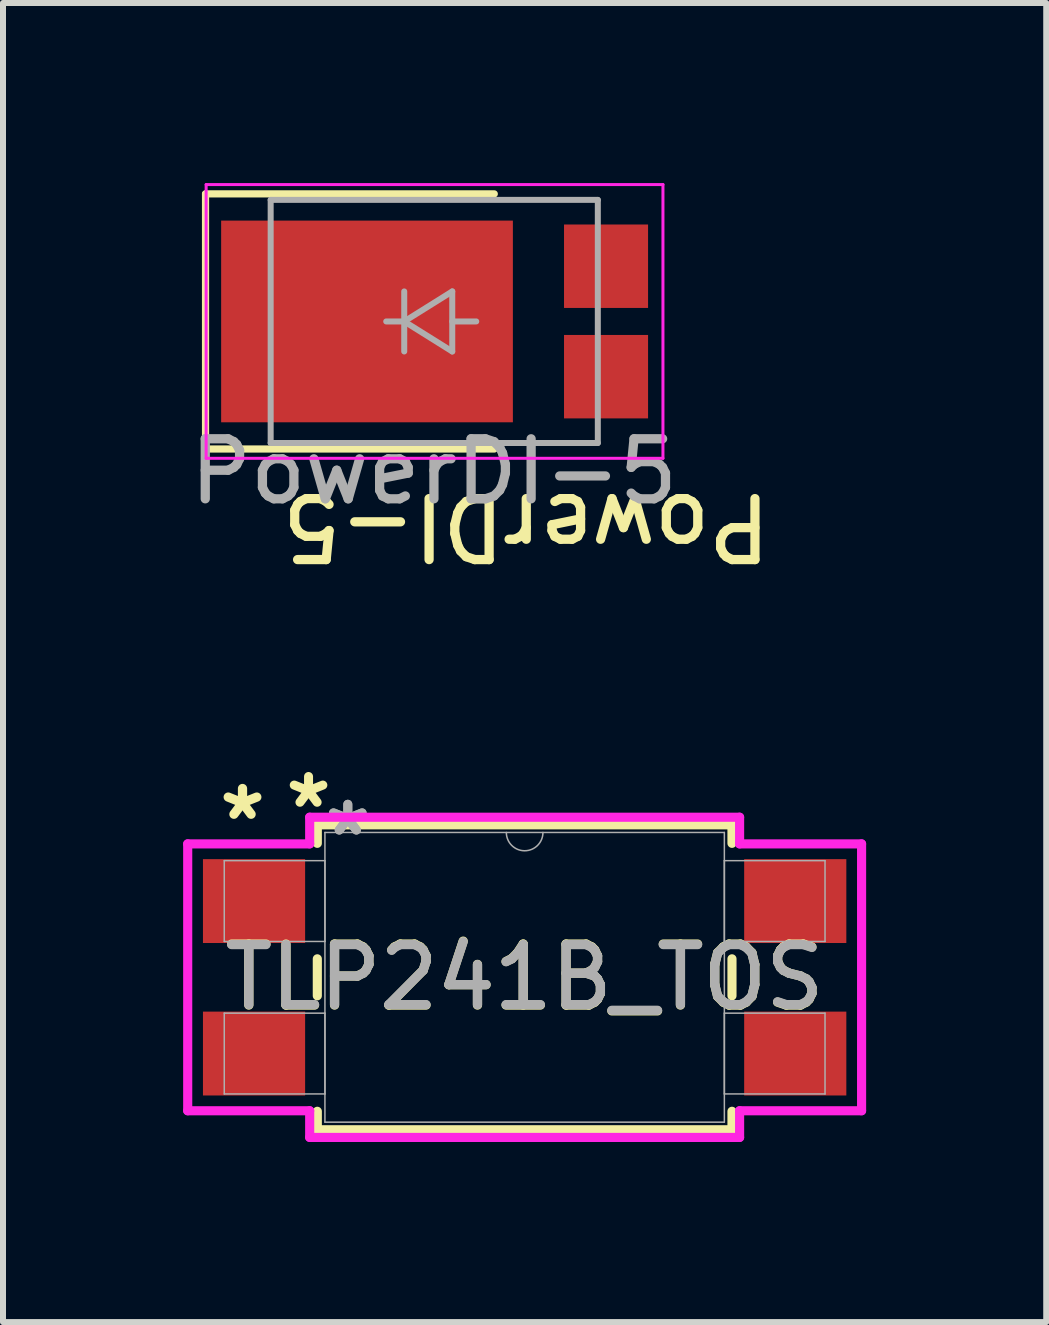
<source format=kicad_pcb>
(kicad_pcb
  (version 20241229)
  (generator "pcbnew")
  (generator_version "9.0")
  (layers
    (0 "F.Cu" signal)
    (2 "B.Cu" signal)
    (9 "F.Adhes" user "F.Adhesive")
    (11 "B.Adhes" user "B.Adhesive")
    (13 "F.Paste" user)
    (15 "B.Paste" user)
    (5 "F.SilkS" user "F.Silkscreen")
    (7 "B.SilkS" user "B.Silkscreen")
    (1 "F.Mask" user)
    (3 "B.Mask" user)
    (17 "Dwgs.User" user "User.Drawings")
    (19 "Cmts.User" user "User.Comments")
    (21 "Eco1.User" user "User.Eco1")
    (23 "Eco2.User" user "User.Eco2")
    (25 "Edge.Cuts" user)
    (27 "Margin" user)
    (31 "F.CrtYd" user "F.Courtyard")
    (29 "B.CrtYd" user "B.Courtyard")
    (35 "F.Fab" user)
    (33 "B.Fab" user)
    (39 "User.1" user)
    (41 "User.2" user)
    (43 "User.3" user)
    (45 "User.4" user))
  (footprint "PowerDI-5"
    (layer "F.Cu")
    (at 4.179 2.305)
    (property "Reference" "PowerDI-5" (at 1.538 3.413 180) (unlocked yes) (layer "F.SilkS") (effects (font (size 1.016 1) (thickness 0.154))))
    (attr smd)
    (fp_line (start -3.805 2.125) (end -3.805 -2.125) (stroke (width 0.12) (type solid)) (layer "F.SilkS"))
    (fp_line (start -3.805 2.125) (end 1.005 2.125) (stroke (width 0.12) (type solid)) (layer "F.SilkS"))
    (fp_line (start 1.005 -2.125) (end -3.805 -2.125) (stroke (width 0.12) (type solid)) (layer "F.SilkS"))
    (fp_line (start -3.795 -2.28) (end 3.815 -2.28) (stroke (width 0.05) (type solid)) (layer "F.CrtYd"))
    (fp_line (start -3.795 2.28) (end -3.795 -2.28) (stroke (width 0.05) (type solid)) (layer "F.CrtYd"))
    (fp_line (start 3.815 -2.28) (end 3.815 2.28) (stroke (width 0.05) (type solid)) (layer "F.CrtYd"))
    (fp_line (start 3.815 2.28) (end -3.795 2.28) (stroke (width 0.05) (type solid)) (layer "F.CrtYd"))
    (fp_line (start -2.72 -2.025) (end 2.73 -2.025) (stroke (width 0.1) (type solid)) (layer "F.Fab"))
    (fp_line (start -2.72 2.025) (end -2.72 -2.025) (stroke (width 0.1) (type solid)) (layer "F.Fab"))
    (fp_line (start -0.795 0) (end -0.495 0) (stroke (width 0.1) (type solid)) (layer "F.Fab"))
    (fp_line (start -0.495 0) (end -0.495 -0.5) (stroke (width 0.1) (type solid)) (layer "F.Fab"))
    (fp_line (start -0.495 0) (end -0.495 0.5) (stroke (width 0.1) (type solid)) (layer "F.Fab"))
    (fp_line (start -0.495 0) (end 0.305 0.5) (stroke (width 0.1) (type solid)) (layer "F.Fab"))
    (fp_line (start 0.305 -0.5) (end -0.495 0) (stroke (width 0.1) (type solid)) (layer "F.Fab"))
    (fp_line (start 0.305 0) (end 0.705 0) (stroke (width 0.1) (type solid)) (layer "F.Fab"))
    (fp_line (start 0.305 0.5) (end 0.305 -0.5) (stroke (width 0.1) (type solid)) (layer "F.Fab"))
    (fp_line (start 2.73 -2.025) (end 2.73 2.025) (stroke (width 0.1) (type solid)) (layer "F.Fab"))
    (fp_line (start 2.73 2.025) (end -2.72 2.025) (stroke (width 0.1) (type solid)) (layer "F.Fab"))
    (fp_text user "${REFERENCE}" (at 0 2.5 0) (unlocked yes) (layer "F.Fab") (effects (font (size 1 1) (thickness 0.154))))
    (pad "1" smd rect (at 2.867 0.92 180) (size 1.4 1.39) (layers "F.Cu" "F.Mask" "F.Paste"))
    (pad "2" smd rect (at 2.867 -0.92 180) (size 1.4 1.39) (layers "F.Cu" "F.Mask" "F.Paste"))
    (pad "3" smd rect (at -1.115 0 180) (size 4.86 3.36) (layers "F.Cu" "F.Mask" "F.Paste")))
  (footprint "TLP241B_TOS"
    (layer "F.Cu")
    (at 5.69 13.231)
    (property "Reference" "TLP241B_TOS" (at 0 0 0) (unlocked yes) (layer "F.SilkS") (effects (font (size 1.016 1) (thickness 0.154))))
    (attr smd)
    (fp_line (start -3.454 -2.54) (end -3.454 -2.232) (stroke (width 0.152) (type solid)) (layer "F.SilkS"))
    (fp_line (start -3.454 -0.308) (end -3.454 0.308) (stroke (width 0.152) (type solid)) (layer "F.SilkS"))
    (fp_line (start -3.454 2.232) (end -3.454 2.54) (stroke (width 0.152) (type solid)) (layer "F.SilkS"))
    (fp_line (start -3.454 2.54) (end 3.454 2.54) (stroke (width 0.152) (type solid)) (layer "F.SilkS"))
    (fp_line (start 3.454 -2.54) (end -3.454 -2.54) (stroke (width 0.152) (type solid)) (layer "F.SilkS"))
    (fp_line (start 3.454 -2.232) (end 3.454 -2.54) (stroke (width 0.152) (type solid)) (layer "F.SilkS"))
    (fp_line (start 3.454 0.308) (end 3.454 -0.308) (stroke (width 0.152) (type solid)) (layer "F.SilkS"))
    (fp_line (start 3.454 2.54) (end 3.454 2.232) (stroke (width 0.152) (type solid)) (layer "F.SilkS"))
    (fp_line (start -5.613 -2.223) (end -3.581 -2.223) (stroke (width 0.152) (type solid)) (layer "F.CrtYd"))
    (fp_line (start -5.613 2.223) (end -5.613 -2.223) (stroke (width 0.152) (type solid)) (layer "F.CrtYd"))
    (fp_line (start -5.613 2.223) (end -3.581 2.223) (stroke (width 0.152) (type solid)) (layer "F.CrtYd"))
    (fp_line (start -3.581 -2.667) (end 3.581 -2.667) (stroke (width 0.152) (type solid)) (layer "F.CrtYd"))
    (fp_line (start -3.581 -2.223) (end -3.581 -2.667) (stroke (width 0.152) (type solid)) (layer "F.CrtYd"))
    (fp_line (start -3.581 2.667) (end -3.581 2.223) (stroke (width 0.152) (type solid)) (layer "F.CrtYd"))
    (fp_line (start 3.581 -2.667) (end 3.581 -2.223) (stroke (width 0.152) (type solid)) (layer "F.CrtYd"))
    (fp_line (start 3.581 2.223) (end 3.581 2.667) (stroke (width 0.152) (type solid)) (layer "F.CrtYd"))
    (fp_line (start 3.581 2.667) (end -3.581 2.667) (stroke (width 0.152) (type solid)) (layer "F.CrtYd"))
    (fp_line (start 5.613 -2.223) (end 3.581 -2.223) (stroke (width 0.152) (type solid)) (layer "F.CrtYd"))
    (fp_line (start 5.613 -2.223) (end 5.613 2.223) (stroke (width 0.152) (type solid)) (layer "F.CrtYd"))
    (fp_line (start 5.613 2.223) (end 3.581 2.223) (stroke (width 0.152) (type solid)) (layer "F.CrtYd"))
    (fp_line (start -5.004 -1.943) (end -5.004 -0.597) (stroke (width 0.025) (type solid)) (layer "F.Fab"))
    (fp_line (start -5.004 -0.597) (end -3.327 -0.597) (stroke (width 0.025) (type solid)) (layer "F.Fab"))
    (fp_line (start -5.004 0.597) (end -5.004 1.943) (stroke (width 0.025) (type solid)) (layer "F.Fab"))
    (fp_line (start -5.004 1.943) (end -3.327 1.943) (stroke (width 0.025) (type solid)) (layer "F.Fab"))
    (fp_line (start -3.327 -2.413) (end -3.327 2.413) (stroke (width 0.025) (type solid)) (layer "F.Fab"))
    (fp_line (start -3.327 -1.943) (end -5.004 -1.943) (stroke (width 0.025) (type solid)) (layer "F.Fab"))
    (fp_line (start -3.327 -0.597) (end -3.327 -1.943) (stroke (width 0.025) (type solid)) (layer "F.Fab"))
    (fp_line (start -3.327 0.597) (end -5.004 0.597) (stroke (width 0.025) (type solid)) (layer "F.Fab"))
    (fp_line (start -3.327 1.943) (end -3.327 0.597) (stroke (width 0.025) (type solid)) (layer "F.Fab"))
    (fp_line (start -3.327 2.413) (end 3.327 2.413) (stroke (width 0.025) (type solid)) (layer "F.Fab"))
    (fp_line (start 3.327 -2.413) (end -3.327 -2.413) (stroke (width 0.025) (type solid)) (layer "F.Fab"))
    (fp_line (start 3.327 -1.943) (end 3.327 -0.597) (stroke (width 0.025) (type solid)) (layer "F.Fab"))
    (fp_line (start 3.327 -0.597) (end 5.004 -0.597) (stroke (width 0.025) (type solid)) (layer "F.Fab"))
    (fp_line (start 3.327 0.597) (end 3.327 1.943) (stroke (width 0.025) (type solid)) (layer "F.Fab"))
    (fp_line (start 3.327 1.943) (end 5.004 1.943) (stroke (width 0.025) (type solid)) (layer "F.Fab"))
    (fp_line (start 3.327 2.413) (end 3.327 -2.413) (stroke (width 0.025) (type solid)) (layer "F.Fab"))
    (fp_line (start 5.004 -1.943) (end 3.327 -1.943) (stroke (width 0.025) (type solid)) (layer "F.Fab"))
    (fp_line (start 5.004 -0.597) (end 5.004 -1.943) (stroke (width 0.025) (type solid)) (layer "F.Fab"))
    (fp_line (start 5.004 0.597) (end 3.327 0.597) (stroke (width 0.025) (type solid)) (layer "F.Fab"))
    (fp_line (start 5.004 1.943) (end 5.004 0.597) (stroke (width 0.025) (type solid)) (layer "F.Fab"))
    (fp_arc (start 0.3048 -2.413) (mid 0 -2.1082) (end -0.3048 -2.413) (stroke (width 0.0254) (type solid)) (layer "F.Fab"))
    (fp_text user "*" (at -3.6 -2.8 0) (unlocked yes) (layer "F.SilkS") (effects (font (size 1 1) (thickness 0.15))))
    (fp_text user "*" (at -4.7 -2.6 0) (unlocked yes) (layer "F.SilkS") (effects (font (size 1 1) (thickness 0.154))))
    (fp_text user "*" (at -2.946 -2.337 0) (unlocked yes) (layer "F.Fab") (effects (font (size 1 1) (thickness 0.15))))
    (fp_text user "*" (at -2.946 -2.337 0) (unlocked yes) (layer "F.Fab") (effects (font (size 1 1) (thickness 0.15))))
    (fp_text user "${REFERENCE}" (at 0 0 0) (unlocked yes) (layer "F.Fab") (effects (font (size 1 1) (thickness 0.154))))
    (pad "1" smd rect (at -4.508 -1.27) (size 1.702 1.397) (layers "F.Cu" "F.Mask" "F.Paste"))
    (pad "2" smd rect (at -4.508 1.27) (size 1.702 1.397) (layers "F.Cu" "F.Mask" "F.Paste"))
    (pad "3" smd rect (at 4.508 1.27) (size 1.702 1.397) (layers "F.Cu" "F.Mask" "F.Paste"))
    (pad "4" smd rect (at 4.508 -1.27) (size 1.702 1.397) (layers "F.Cu" "F.Mask" "F.Paste")))
  (gr_rect
    (start -3 -3)
    (end 14.379 18.974)
    (stroke (width 0.1) (type default))
    (fill no)
    (layer "Edge.Cuts")))
</source>
